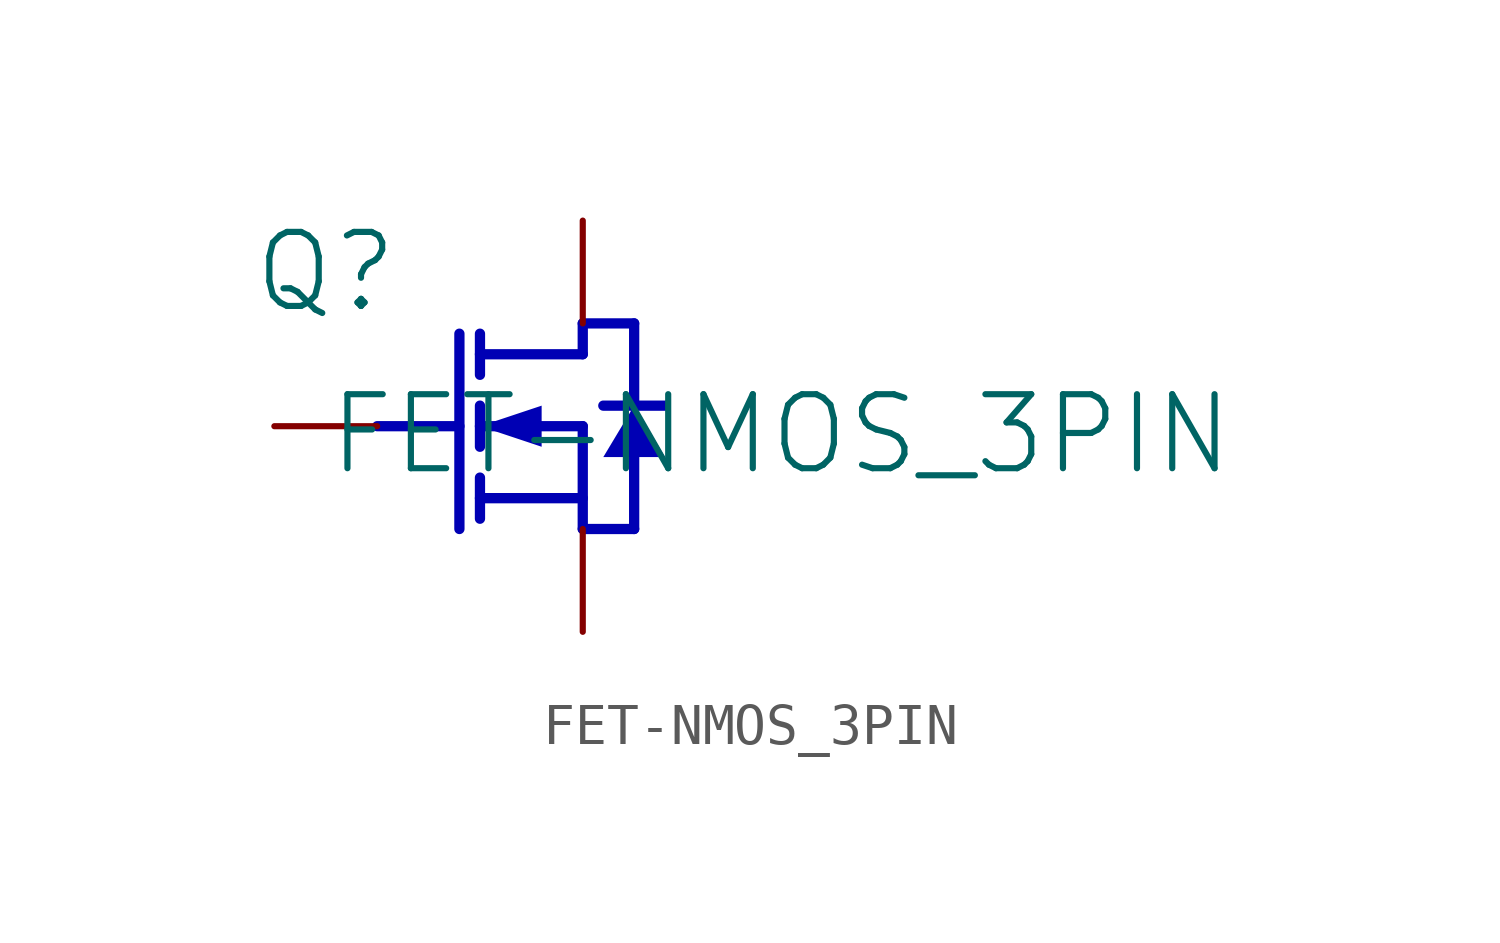
<source format=kicad_sym>
(kicad_symbol_lib
  (version 20231120)
  (generator "kicad_symbol_editor")
  (generator_version "8.0")
  (symbol "FET-NMOS_3PIN"
    (property "Reference" "Q"
      (at -1.27 1.27 0)
      (effects (font (size 1.829 1.829))))
    (property "Value" "FET-NMOS_3PIN"
      (at -1.27 -3.81 0)
      (effects (font (size 1.829 1.829)) (justify left bottom)))
    (symbol "FET-NMOS_3PIN_1_0"
      (polyline (pts (xy 0 -2.54) (xy 2.032 -2.54)) (stroke (width 0.254) (type solid) (color 0 0 180 1)) (fill (type none)))
      (polyline (pts (xy 2.032 -0.254) (xy 2.032 -5.08)) (stroke (width 0.254) (type solid) (color 0 0 180 1)) (fill (type none)))
      (polyline (pts (xy 2.54 -4.826) (xy 2.54 -3.81)) (stroke (width 0.254) (type solid) (color 0 0 180 1)) (fill (type none)))
      (polyline (pts (xy 2.54 -3.048) (xy 2.54 -2.032)) (stroke (width 0.254) (type solid) (color 0 0 180 1)) (fill (type none)))
      (polyline (pts (xy 2.54 -0.254) (xy 2.54 -1.27)) (stroke (width 0.254) (type solid) (color 0 0 180 1)) (fill (type none)))
      (polyline (pts (xy 5.08 -5.08) (xy 6.35 -5.08)) (stroke (width 0.254) (type solid) (color 0 0 180 1)) (fill (type none)))
      (polyline (pts (xy 5.08 -4.318) (xy 2.54 -4.318)) (stroke (width 0.254) (type solid) (color 0 0 180 1)) (fill (type none)))
      (polyline (pts (xy 5.08 -2.54) (xy 2.54 -2.54)) (stroke (width 0.254) (type solid) (color 0 0 180 1)) (fill (type none)))
      (polyline (pts (xy 5.08 -2.54) (xy 5.08 -5.08)) (stroke (width 0.254) (type solid) (color 0 0 180 1)) (fill (type none)))
      (polyline (pts (xy 5.08 -0.762) (xy 2.54 -0.762)) (stroke (width 0.254) (type solid) (color 0 0 180 1)) (fill (type none)))
      (polyline (pts (xy 5.08 -0.762) (xy 5.08 0)) (stroke (width 0.254) (type solid) (color 0 0 180 1)) (fill (type none)))
      (polyline (pts (xy 5.08 0) (xy 6.35 0)) (stroke (width 0.254) (type solid) (color 0 0 180 1)) (fill (type none)))
      (polyline (pts (xy 5.588 -2.032) (xy 7.112 -2.032)) (stroke (width 0.254) (type solid) (color 0 0 180 1)) (fill (type none)))
      (polyline (pts (xy 6.35 -5.08) (xy 6.35 -3.302)) (stroke (width 0.254) (type solid) (color 0 0 180 1)) (fill (type none)))
      (polyline (pts (xy 6.35 0) (xy 6.35 -2.032)) (stroke (width 0.254) (type solid) (color 0 0 180 1)) (fill (type none)))
      (polyline (pts (xy 2.54 -2.54) (xy 4.064 -3.048) (xy 4.064 -2.032) (xy 2.54 -2.54)) (stroke (width -0.0001) (type solid) (color 0 0 180 1)) (fill (type outline)))
      (polyline (pts (xy 6.35 -2.032) (xy 5.588 -3.302) (xy 7.112 -3.302) (xy 6.35 -2.032)) (stroke (width -0.0001) (type solid) (color 0 0 180 1)) (fill (type outline)))
      (pin passive line (at -2.54 -2.54 0) (length 2.54) (name "G" (effects (font (size 0 0)))) (number "1" (effects (font (size 0 0)))))
      (pin passive line (at 5.08 -7.62 90) (length 2.54) (name "S" (effects (font (size 0 0)))) (number "2" (effects (font (size 0 0)))))
      (pin passive line (at 5.08 2.54 270) (length 2.54) (name "D" (effects (font (size 0 0)))) (number "3" (effects (font (size 0 0))))))))
</source>
